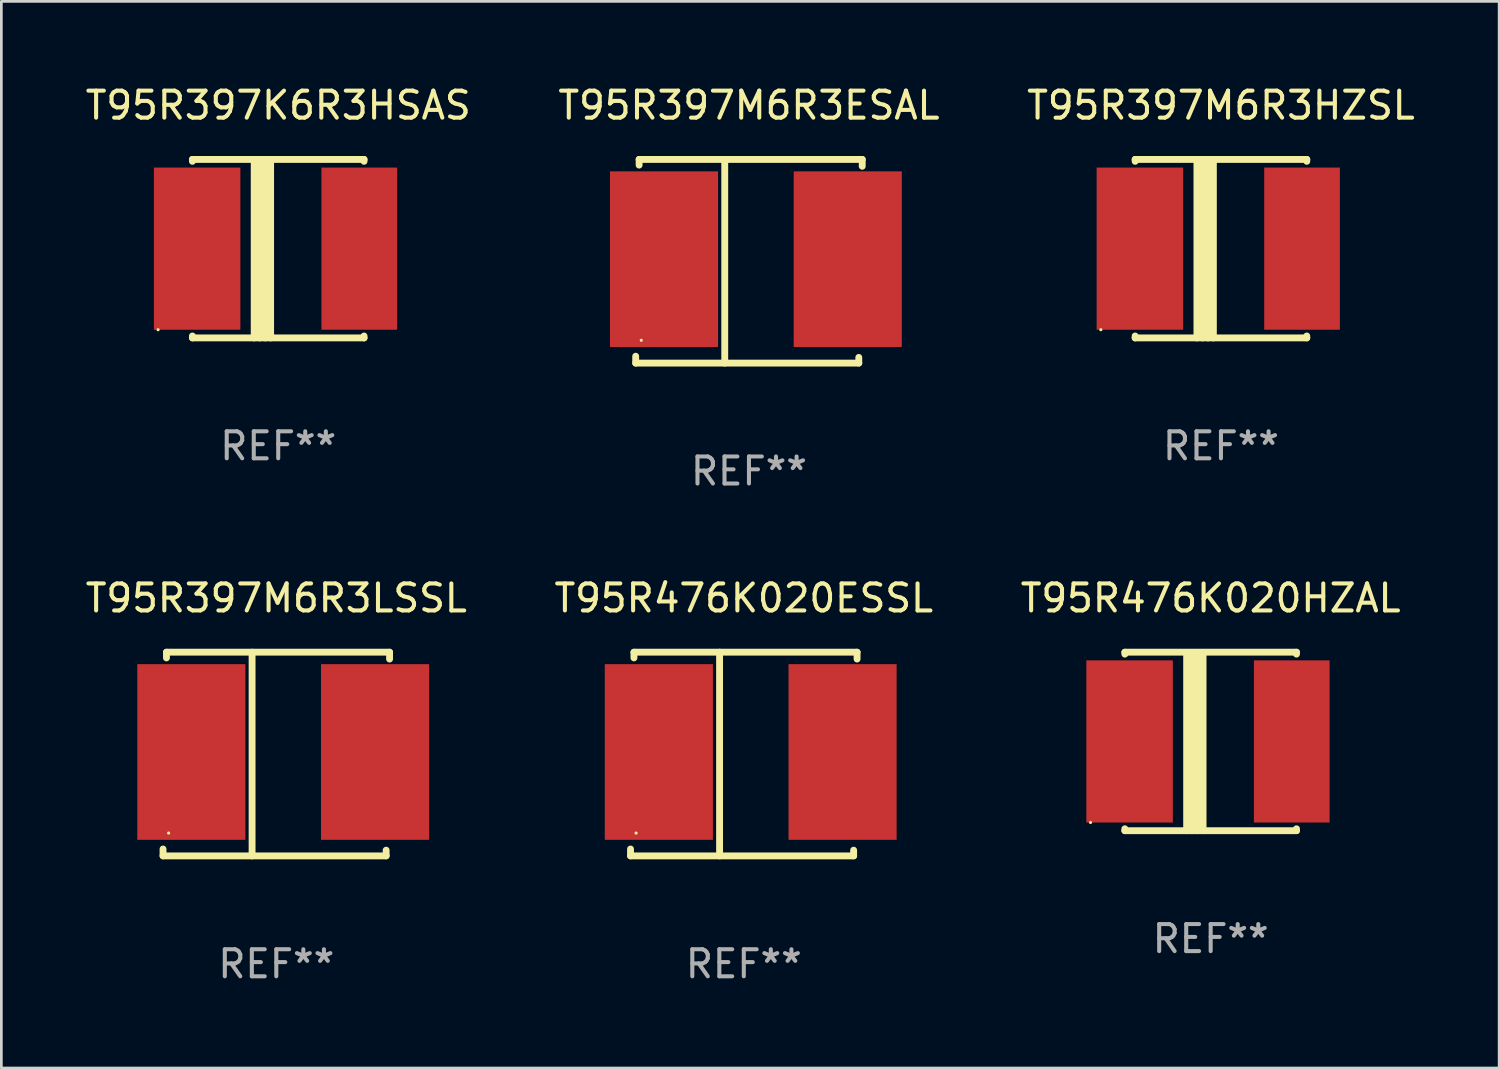
<source format=kicad_pcb>
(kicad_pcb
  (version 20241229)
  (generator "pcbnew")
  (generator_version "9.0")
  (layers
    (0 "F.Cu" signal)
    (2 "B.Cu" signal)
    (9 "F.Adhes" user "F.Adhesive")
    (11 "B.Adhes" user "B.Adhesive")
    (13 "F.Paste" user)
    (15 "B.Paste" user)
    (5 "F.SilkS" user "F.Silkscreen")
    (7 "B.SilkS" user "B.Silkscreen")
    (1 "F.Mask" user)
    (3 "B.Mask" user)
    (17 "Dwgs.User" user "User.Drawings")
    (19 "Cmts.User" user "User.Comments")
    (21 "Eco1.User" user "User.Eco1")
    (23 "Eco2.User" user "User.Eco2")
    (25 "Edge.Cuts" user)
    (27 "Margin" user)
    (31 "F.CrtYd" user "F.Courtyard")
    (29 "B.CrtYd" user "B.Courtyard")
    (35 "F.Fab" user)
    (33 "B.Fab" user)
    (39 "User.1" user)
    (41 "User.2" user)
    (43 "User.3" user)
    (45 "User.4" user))
  (footprint "T95R476K020HZAL"
    (layer "F.Cu")
    (at 41.744 24.383)
    (property "Reference" "T95R476K020HZAL" (at 0 -5.302 0) (layer "F.SilkS") (effects (font (size 1 1) (thickness 0.15))))
    (attr through_hole)
    (fp_line (start -3.175 -3.231) (end -3.175 -3.302) (stroke (width 0.254) (type solid)) (layer "F.SilkS"))
    (fp_line (start -3.175 3.302) (end -3.175 3.231) (stroke (width 0.254) (type solid)) (layer "F.SilkS"))
    (fp_line (start -3.175 3.302) (end 3.175 3.302) (stroke (width 0.254) (type solid)) (layer "F.SilkS"))
    (fp_line (start -0.889 -3.175) (end -0.889 3.302) (stroke (width 0.254) (type solid)) (layer "F.SilkS"))
    (fp_line (start -0.688 -3.175) (end -0.688 3.302) (stroke (width 0.254) (type solid)) (layer "F.SilkS"))
    (fp_line (start -0.478 -3.175) (end -0.478 3.302) (stroke (width 0.254) (type solid)) (layer "F.SilkS"))
    (fp_line (start -0.281 -3.175) (end -0.281 3.302) (stroke (width 0.254) (type solid)) (layer "F.SilkS"))
    (fp_line (start 3.175 -3.302) (end -3.175 -3.302) (stroke (width 0.254) (type solid)) (layer "F.SilkS"))
    (fp_line (start 3.175 -3.302) (end 3.175 -3.231) (stroke (width 0.254) (type solid)) (layer "F.SilkS"))
    (fp_line (start 3.175 3.231) (end 3.175 3.302) (stroke (width 0.254) (type solid)) (layer "F.SilkS"))
    (fp_circle (center -4.445 3) (end -4.415 3) (stroke (width 0.06) (type solid)) (fill no) (layer "F.SilkS"))
    (fp_text user "REF**" (at 0 7.302 0) (layer "F.Fab") (effects (font (size 1 1) (thickness 0.15))))
    (pad "1" smd rect (at -3 0) (size 3.2 6) (layers "F.Cu" "F.Mask" "F.Paste"))
    (pad "2" smd rect (at 3 0) (size 2.8 6) (layers "F.Cu" "F.Mask" "F.Paste")))
  (footprint "T95R397M6R3LSSL"
    (layer "F.Cu")
    (at 7.173 24.849)
    (property "Reference" "T95R397M6R3LSSL" (at 0 -5.768 0) (layer "F.SilkS") (effects (font (size 1 1) (thickness 0.15))))
    (attr through_hole)
    (fp_line (start -4.191 3.768) (end -4.191 3.514) (stroke (width 0.254) (type solid)) (layer "F.SilkS"))
    (fp_line (start -4.064 -3.768) (end 4.191 -3.768) (stroke (width 0.254) (type solid)) (layer "F.SilkS"))
    (fp_line (start -4.064 -3.557) (end -4.064 -3.768) (stroke (width 0.254) (type solid)) (layer "F.SilkS"))
    (fp_line (start -0.896 -3.768) (end -0.896 3.768) (stroke (width 0.254) (type solid)) (layer "F.SilkS"))
    (fp_line (start 4.064 3.557) (end 4.064 3.768) (stroke (width 0.254) (type solid)) (layer "F.SilkS"))
    (fp_line (start 4.064 3.768) (end -4.191 3.768) (stroke (width 0.254) (type solid)) (layer "F.SilkS"))
    (fp_line (start 4.191 -3.768) (end 4.191 -3.514) (stroke (width 0.254) (type solid)) (layer "F.SilkS"))
    (fp_circle (center -3.985 2.924) (end -3.955 2.924) (stroke (width 0.06) (type solid)) (fill no) (layer "F.SilkS"))
    (fp_text user "REF**" (at 0 7.768 0) (layer "F.Fab") (effects (font (size 1 1) (thickness 0.15))))
    (pad "1" smd rect (at -3.143 -0.076 270) (size 6.5 4) (layers "F.Cu" "F.Mask" "F.Paste"))
    (pad "2" smd rect (at 3.655 -0.076 270) (size 6.5 4) (layers "F.Cu" "F.Mask" "F.Paste")))
  (footprint "T95R476K020ESSL"
    (layer "F.Cu")
    (at 24.47 24.849)
    (property "Reference" "T95R476K020ESSL" (at 0 -5.768 0) (layer "F.SilkS") (effects (font (size 1 1) (thickness 0.15))))
    (attr through_hole)
    (fp_line (start -4.191 3.768) (end -4.191 3.514) (stroke (width 0.254) (type solid)) (layer "F.SilkS"))
    (fp_line (start -4.064 -3.768) (end 4.191 -3.768) (stroke (width 0.254) (type solid)) (layer "F.SilkS"))
    (fp_line (start -4.064 -3.557) (end -4.064 -3.768) (stroke (width 0.254) (type solid)) (layer "F.SilkS"))
    (fp_line (start -0.896 -3.768) (end -0.896 3.768) (stroke (width 0.254) (type solid)) (layer "F.SilkS"))
    (fp_line (start 4.064 3.557) (end 4.064 3.768) (stroke (width 0.254) (type solid)) (layer "F.SilkS"))
    (fp_line (start 4.064 3.768) (end -4.191 3.768) (stroke (width 0.254) (type solid)) (layer "F.SilkS"))
    (fp_line (start 4.191 -3.768) (end 4.191 -3.514) (stroke (width 0.254) (type solid)) (layer "F.SilkS"))
    (fp_circle (center -3.985 2.924) (end -3.955 2.924) (stroke (width 0.06) (type solid)) (fill no) (layer "F.SilkS"))
    (fp_text user "REF**" (at 0 7.768 0) (layer "F.Fab") (effects (font (size 1 1) (thickness 0.15))))
    (pad "1" smd rect (at -3.143 -0.076 270) (size 6.5 4) (layers "F.Cu" "F.Mask" "F.Paste"))
    (pad "2" smd rect (at 3.655 -0.076 270) (size 6.5 4) (layers "F.Cu" "F.Mask" "F.Paste")))
  (footprint "T95R397M6R3HZSL"
    (layer "F.Cu")
    (at 42.125 6.15)
    (property "Reference" "T95R397M6R3HZSL" (at 0 -5.302 0) (layer "F.SilkS") (effects (font (size 1 1) (thickness 0.15))))
    (attr through_hole)
    (fp_line (start -3.175 -3.231) (end -3.175 -3.302) (stroke (width 0.254) (type solid)) (layer "F.SilkS"))
    (fp_line (start -3.175 3.302) (end -3.175 3.231) (stroke (width 0.254) (type solid)) (layer "F.SilkS"))
    (fp_line (start -3.175 3.302) (end 3.175 3.302) (stroke (width 0.254) (type solid)) (layer "F.SilkS"))
    (fp_line (start -0.889 -3.175) (end -0.889 3.302) (stroke (width 0.254) (type solid)) (layer "F.SilkS"))
    (fp_line (start -0.688 -3.175) (end -0.688 3.302) (stroke (width 0.254) (type solid)) (layer "F.SilkS"))
    (fp_line (start -0.478 -3.175) (end -0.478 3.302) (stroke (width 0.254) (type solid)) (layer "F.SilkS"))
    (fp_line (start -0.281 -3.175) (end -0.281 3.302) (stroke (width 0.254) (type solid)) (layer "F.SilkS"))
    (fp_line (start 3.175 -3.302) (end -3.175 -3.302) (stroke (width 0.254) (type solid)) (layer "F.SilkS"))
    (fp_line (start 3.175 -3.302) (end 3.175 -3.231) (stroke (width 0.254) (type solid)) (layer "F.SilkS"))
    (fp_line (start 3.175 3.231) (end 3.175 3.302) (stroke (width 0.254) (type solid)) (layer "F.SilkS"))
    (fp_circle (center -4.445 3) (end -4.415 3) (stroke (width 0.06) (type solid)) (fill no) (layer "F.SilkS"))
    (fp_text user "REF**" (at 0 7.302 0) (layer "F.Fab") (effects (font (size 1 1) (thickness 0.15))))
    (pad "1" smd rect (at -3 0) (size 3.2 6) (layers "F.Cu" "F.Mask" "F.Paste"))
    (pad "2" smd rect (at 3 0) (size 2.8 6) (layers "F.Cu" "F.Mask" "F.Paste")))
  (footprint "T95R397K6R3HSAS"
    (layer "F.Cu")
    (at 7.244 6.15)
    (property "Reference" "T95R397K6R3HSAS" (at 0 -5.302 0) (layer "F.SilkS") (effects (font (size 1 1) (thickness 0.15))))
    (attr through_hole)
    (fp_line (start -3.175 -3.231) (end -3.175 -3.302) (stroke (width 0.254) (type solid)) (layer "F.SilkS"))
    (fp_line (start -3.175 3.302) (end -3.175 3.231) (stroke (width 0.254) (type solid)) (layer "F.SilkS"))
    (fp_line (start -3.175 3.302) (end 3.175 3.302) (stroke (width 0.254) (type solid)) (layer "F.SilkS"))
    (fp_line (start -0.889 -3.175) (end -0.889 3.302) (stroke (width 0.254) (type solid)) (layer "F.SilkS"))
    (fp_line (start -0.688 -3.175) (end -0.688 3.302) (stroke (width 0.254) (type solid)) (layer "F.SilkS"))
    (fp_line (start -0.478 -3.175) (end -0.478 3.302) (stroke (width 0.254) (type solid)) (layer "F.SilkS"))
    (fp_line (start -0.281 -3.175) (end -0.281 3.302) (stroke (width 0.254) (type solid)) (layer "F.SilkS"))
    (fp_line (start 3.175 -3.302) (end -3.175 -3.302) (stroke (width 0.254) (type solid)) (layer "F.SilkS"))
    (fp_line (start 3.175 -3.302) (end 3.175 -3.231) (stroke (width 0.254) (type solid)) (layer "F.SilkS"))
    (fp_line (start 3.175 3.231) (end 3.175 3.302) (stroke (width 0.254) (type solid)) (layer "F.SilkS"))
    (fp_circle (center -4.445 3) (end -4.415 3) (stroke (width 0.06) (type solid)) (fill no) (layer "F.SilkS"))
    (fp_text user "REF**" (at 0 7.302 0) (layer "F.Fab") (effects (font (size 1 1) (thickness 0.15))))
    (pad "1" smd rect (at -3 0) (size 3.2 6) (layers "F.Cu" "F.Mask" "F.Paste"))
    (pad "2" smd rect (at 3 0) (size 2.8 6) (layers "F.Cu" "F.Mask" "F.Paste")))
  (footprint "T95R397M6R3ESAL"
    (layer "F.Cu")
    (at 24.661 6.616)
    (property "Reference" "T95R397M6R3ESAL" (at 0 -5.768 0) (layer "F.SilkS") (effects (font (size 1 1) (thickness 0.15))))
    (attr through_hole)
    (fp_line (start -4.191 3.768) (end -4.191 3.514) (stroke (width 0.254) (type solid)) (layer "F.SilkS"))
    (fp_line (start -4.064 -3.768) (end 4.191 -3.768) (stroke (width 0.254) (type solid)) (layer "F.SilkS"))
    (fp_line (start -4.064 -3.557) (end -4.064 -3.768) (stroke (width 0.254) (type solid)) (layer "F.SilkS"))
    (fp_line (start -0.896 -3.768) (end -0.896 3.768) (stroke (width 0.254) (type solid)) (layer "F.SilkS"))
    (fp_line (start 4.064 3.557) (end 4.064 3.768) (stroke (width 0.254) (type solid)) (layer "F.SilkS"))
    (fp_line (start 4.064 3.768) (end -4.191 3.768) (stroke (width 0.254) (type solid)) (layer "F.SilkS"))
    (fp_line (start 4.191 -3.768) (end 4.191 -3.514) (stroke (width 0.254) (type solid)) (layer "F.SilkS"))
    (fp_circle (center -3.985 2.924) (end -3.955 2.924) (stroke (width 0.06) (type solid)) (fill no) (layer "F.SilkS"))
    (fp_text user "REF**" (at 0 7.768 0) (layer "F.Fab") (effects (font (size 1 1) (thickness 0.15))))
    (pad "1" smd rect (at -3.143 -0.076 270) (size 6.5 4) (layers "F.Cu" "F.Mask" "F.Paste"))
    (pad "2" smd rect (at 3.655 -0.076 270) (size 6.5 4) (layers "F.Cu" "F.Mask" "F.Paste")))
  (gr_rect
    (start -3 -3)
    (end 52.417 36.465)
    (stroke (width 0.1) (type default))
    (fill no)
    (layer "Edge.Cuts")))
</source>
